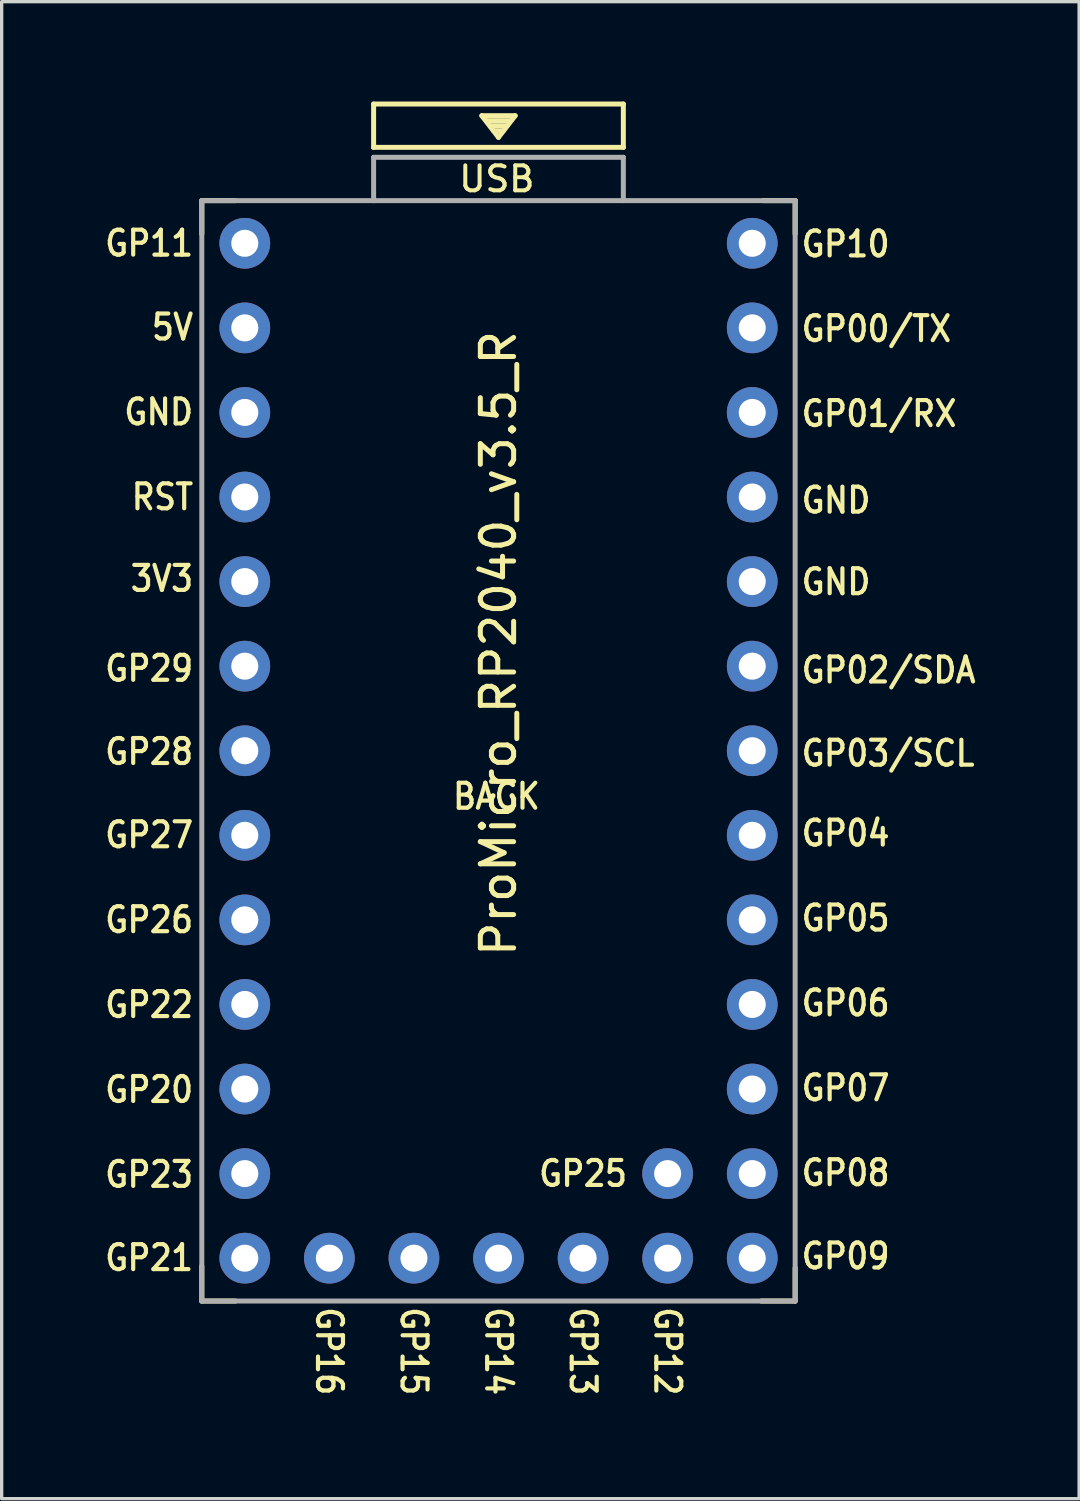
<source format=kicad_pcb>
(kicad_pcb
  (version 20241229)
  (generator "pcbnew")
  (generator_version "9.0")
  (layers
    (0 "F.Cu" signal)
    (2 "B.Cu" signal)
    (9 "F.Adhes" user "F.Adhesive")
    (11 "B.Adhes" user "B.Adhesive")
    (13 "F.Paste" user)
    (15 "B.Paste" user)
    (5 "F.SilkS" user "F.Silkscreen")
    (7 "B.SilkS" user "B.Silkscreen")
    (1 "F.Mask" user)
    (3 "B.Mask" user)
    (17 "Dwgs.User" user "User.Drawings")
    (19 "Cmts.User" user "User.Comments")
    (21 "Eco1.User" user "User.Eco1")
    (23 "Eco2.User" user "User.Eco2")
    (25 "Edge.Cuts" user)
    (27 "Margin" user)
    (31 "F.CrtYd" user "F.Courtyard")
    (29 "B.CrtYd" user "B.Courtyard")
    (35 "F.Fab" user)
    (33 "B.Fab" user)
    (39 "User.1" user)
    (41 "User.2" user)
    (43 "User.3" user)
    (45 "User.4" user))
  (footprint "ProMicro_RP2040_v3.5_R"
    (layer "F.Cu")
    (at 11.861 20.867)
    (property "Reference" "ProMicro_RP2040_v3.5_R" (at 0.06 -4.592 270) (layer "F.SilkS") (effects (font (size 1 1) (thickness 0.15))))
    (attr through_hole)
    (fp_line (start -8.85 -17.892) (end -8.85 -16.892) (stroke (width 0.15) (type solid)) (layer "F.SilkS"))
    (fp_line (start -8.85 -17.892) (end -7.84 -17.892) (stroke (width 0.15) (type solid)) (layer "F.SilkS"))
    (fp_line (start -8.85 14.108) (end -8.85 15.158) (stroke (width 0.15) (type solid)) (layer "F.SilkS"))
    (fp_line (start -8.85 15.158) (end -7.84 15.158) (stroke (width 0.15) (type solid)) (layer "F.SilkS"))
    (fp_line (start -3.69 -20.792) (end -3.69 -19.492) (stroke (width 0.15) (type solid)) (layer "F.SilkS"))
    (fp_line (start -3.69 -19.492) (end 3.81 -19.492) (stroke (width 0.15) (type solid)) (layer "F.SilkS"))
    (fp_line (start -0.44 -20.442) (end 0.56 -20.442) (stroke (width 0.15) (type solid)) (layer "F.SilkS"))
    (fp_line (start -0.29 -20.292) (end 0.41 -20.292) (stroke (width 0.15) (type solid)) (layer "F.SilkS"))
    (fp_line (start -0.19 -20.142) (end 0.31 -20.142) (stroke (width 0.15) (type solid)) (layer "F.SilkS"))
    (fp_line (start -0.09 -19.992) (end 0.21 -19.992) (stroke (width 0.15) (type solid)) (layer "F.SilkS"))
    (fp_line (start 0.06 -19.792) (end -0.44 -20.442) (stroke (width 0.15) (type solid)) (layer "F.SilkS"))
    (fp_line (start 0.56 -20.442) (end 0.06 -19.792) (stroke (width 0.15) (type solid)) (layer "F.SilkS"))
    (fp_line (start 3.81 -20.792) (end -3.69 -20.792) (stroke (width 0.15) (type solid)) (layer "F.SilkS"))
    (fp_line (start 3.81 -19.492) (end 3.81 -20.792) (stroke (width 0.15) (type solid)) (layer "F.SilkS"))
    (fp_line (start 8.97 -17.892) (end 8.01 -17.892) (stroke (width 0.15) (type solid)) (layer "F.SilkS"))
    (fp_line (start 8.97 -17.892) (end 8.97 -16.892) (stroke (width 0.15) (type solid)) (layer "F.SilkS"))
    (fp_line (start 8.97 14.158) (end 8.97 15.158) (stroke (width 0.15) (type solid)) (layer "F.SilkS"))
    (fp_line (start 8.97 15.158) (end 7.95 15.158) (stroke (width 0.15) (type solid)) (layer "F.SilkS"))
    (fp_line (start -8.85 -17.892) (end -3.69 -17.892) (stroke (width 0.15) (type solid)) (layer "F.Fab"))
    (fp_line (start -8.85 15.158) (end -8.85 -17.892) (stroke (width 0.15) (type solid)) (layer "F.Fab"))
    (fp_line (start -3.69 -19.192) (end -3.69 -17.891) (stroke (width 0.15) (type solid)) (layer "F.Fab"))
    (fp_line (start -3.69 -19.192) (end 3.81 -19.192) (stroke (width 0.15) (type solid)) (layer "F.Fab"))
    (fp_line (start -3.69 -17.892) (end 3.81 -17.892) (stroke (width 0.15) (type solid)) (layer "F.Fab"))
    (fp_line (start 3.81 -19.192) (end 3.81 -17.892) (stroke (width 0.15) (type solid)) (layer "F.Fab"))
    (fp_line (start 3.82 -17.892) (end 8.97 -17.892) (stroke (width 0.15) (type solid)) (layer "F.Fab"))
    (fp_line (start 8.97 -17.892) (end 8.97 15.158) (stroke (width 0.15) (type solid)) (layer "F.Fab"))
    (fp_line (start 8.97 15.158) (end -8.85 15.158) (stroke (width 0.15) (type solid)) (layer "F.Fab"))
    (fp_text user "GP04" (at 10.485 1.108 0) (unlocked yes) (layer "F.SilkS") (effects (font (size 0.75 0.67) (thickness 0.125))))
    (fp_text user "GP13" (at 2.6 16.664 270) (unlocked yes) (layer "F.SilkS") (effects (font (size 0.75 0.67) (thickness 0.125))))
    (fp_text user "GP27" (at -10.432 1.158 0) (unlocked yes) (layer "F.SilkS") (effects (font (size 0.75 0.67) (thickness 0.125))))
    (fp_text user "GP02/SDA" (at 11.777 -3.792 0) (unlocked yes) (layer "F.SilkS") (effects (font (size 0.75 0.67) (thickness 0.125))))
    (fp_text user "GP26" (at -10.432 3.708 0) (unlocked yes) (layer "F.SilkS") (effects (font (size 0.75 0.67) (thickness 0.125))))
    (fp_text user "GP00/TX" (at 11.41 -14.042 0) (unlocked yes) (layer "F.SilkS") (effects (font (size 0.75 0.67) (thickness 0.125))))
    (fp_text user "GP08" (at 10.485 11.308 0) (unlocked yes) (layer "F.SilkS") (effects (font (size 0.75 0.67) (thickness 0.125))))
    (fp_text user "GP07" (at 10.485 8.758 0) (unlocked yes) (layer "F.SilkS") (effects (font (size 0.75 0.67) (thickness 0.125))))
    (fp_text user "GND" (at -10.145 -11.542 0) (unlocked yes) (layer "F.SilkS") (effects (font (size 0.75 0.67) (thickness 0.125))))
    (fp_text user "GND" (at 10.198 -6.442 0) (unlocked yes) (layer "F.SilkS") (effects (font (size 0.75 0.67) (thickness 0.125))))
    (fp_text user "GP01/RX" (at 11.49 -11.492 0) (unlocked yes) (layer "F.SilkS") (effects (font (size 0.75 0.67) (thickness 0.125))))
    (fp_text user "GP15" (at -2.48 16.664 270) (unlocked yes) (layer "F.SilkS") (effects (font (size 0.75 0.67) (thickness 0.125))))
    (fp_text user "GP14" (at 0.06 16.664 270) (unlocked yes) (layer "F.SilkS") (effects (font (size 0.75 0.67) (thickness 0.125))))
    (fp_text user "BACK" (at 0 0 0) (unlocked yes) (layer "F.SilkS") (effects (font (size 0.75 0.67) (thickness 0.125))))
    (fp_text user "GP22" (at -10.432 6.258 0) (unlocked yes) (layer "F.SilkS") (effects (font (size 0.75 0.67) (thickness 0.125))))
    (fp_text user "GP06" (at 10.485 6.208 0) (unlocked yes) (layer "F.SilkS") (effects (font (size 0.75 0.67) (thickness 0.125))))
    (fp_text user "5V" (at -9.73 -14.092 0) (unlocked yes) (layer "F.SilkS") (effects (font (size 0.75 0.67) (thickness 0.125))))
    (fp_text user "GP28" (at -10.432 -1.342 0) (unlocked yes) (layer "F.SilkS") (effects (font (size 0.75 0.67) (thickness 0.125))))
    (fp_text user "GP16" (at -5.02 16.664 270) (unlocked yes) (layer "F.SilkS") (effects (font (size 0.75 0.67) (thickness 0.125))))
    (fp_text user "GP03/SCL" (at 11.761 -1.292 0) (unlocked yes) (layer "F.SilkS") (effects (font (size 0.75 0.67) (thickness 0.125))))
    (fp_text user "GP21" (at -10.432 13.858 0) (unlocked yes) (layer "F.SilkS") (effects (font (size 0.75 0.67) (thickness 0.125))))
    (fp_text user "GP11" (at -10.432 -16.61 0) (unlocked yes) (layer "F.SilkS") (effects (font (size 0.75 0.67) (thickness 0.125))))
    (fp_text user "3V3" (at -10.049 -6.542 0) (unlocked yes) (layer "F.SilkS") (effects (font (size 0.75 0.67) (thickness 0.125))))
    (fp_text user "GP20" (at -10.432 8.808 0) (unlocked yes) (layer "F.SilkS") (effects (font (size 0.75 0.67) (thickness 0.125))))
    (fp_text user "GP23" (at -10.432 11.358 0) (unlocked yes) (layer "F.SilkS") (effects (font (size 0.75 0.67) (thickness 0.125))))
    (fp_text user "GP05" (at 10.485 3.658 0) (unlocked yes) (layer "F.SilkS") (effects (font (size 0.75 0.67) (thickness 0.125))))
    (fp_text user "GND" (at 10.198 -8.892 0) (unlocked yes) (layer "F.SilkS") (effects (font (size 0.75 0.67) (thickness 0.125))))
    (fp_text user "GP10" (at 10.485 -16.587 0) (unlocked yes) (layer "F.SilkS") (effects (font (size 0.75 0.67) (thickness 0.125))))
    (fp_text user "GP29" (at -10.432 -3.842 0) (unlocked yes) (layer "F.SilkS") (effects (font (size 0.75 0.67) (thickness 0.125))))
    (fp_text user "GP09" (at 10.485 13.808 0) (unlocked yes) (layer "F.SilkS") (effects (font (size 0.75 0.67) (thickness 0.125))))
    (fp_text user "USB" (at 0.01 -18.542 0) (layer "F.SilkS") (effects (font (size 0.75 0.75) (thickness 0.12))))
    (fp_text user "GP25" (at 2.6 11.33 0) (unlocked yes) (layer "F.SilkS") (effects (font (size 0.75 0.67) (thickness 0.125))))
    (fp_text user "" (at -0.485 -16.992 0) (layer "F.SilkS") (effects (font (size 1 1) (thickness 0.15))))
    (fp_text user "RST" (at -10.033 -8.992 0) (unlocked yes) (layer "F.SilkS") (effects (font (size 0.75 0.67) (thickness 0.125))))
    (fp_text user "GP12" (at 5.14 16.664 270) (unlocked yes) (layer "F.SilkS") (effects (font (size 0.75 0.67) (thickness 0.125))))
    (fp_text user "" (at -1.192 -15.848 0) (layer "B.SilkS") (effects (font (size 1 1) (thickness 0.15)) (justify mirror)))
    (pad "1" thru_hole circle (at 7.681 -16.61) (size 1.524 1.524) (drill 0.813) (layers "*.Cu" "*.Mask"))
    (pad "2" thru_hole circle (at 7.681 -14.07) (size 1.524 1.524) (drill 0.813) (layers "*.Cu" "*.Mask"))
    (pad "3" thru_hole circle (at 7.681 -11.53) (size 1.524 1.524) (drill 0.813) (layers "*.Cu" "*.Mask"))
    (pad "4" thru_hole circle (at 7.681 -8.99) (size 1.524 1.524) (drill 0.813) (layers "*.Cu" "*.Mask"))
    (pad "5" thru_hole circle (at 7.681 -6.45) (size 1.524 1.524) (drill 0.813) (layers "*.Cu" "*.Mask"))
    (pad "6" thru_hole circle (at 7.681 -3.91) (size 1.524 1.524) (drill 0.813) (layers "*.Cu" "*.Mask"))
    (pad "7" thru_hole circle (at 7.681 -1.37) (size 1.524 1.524) (drill 0.813) (layers "*.Cu" "*.Mask"))
    (pad "8" thru_hole circle (at 7.681 1.17) (size 1.524 1.524) (drill 0.813) (layers "*.Cu" "*.Mask"))
    (pad "9" thru_hole circle (at 7.681 3.71) (size 1.524 1.524) (drill 0.813) (layers "*.Cu" "*.Mask"))
    (pad "10" thru_hole circle (at 7.681 6.25) (size 1.524 1.524) (drill 0.813) (layers "*.Cu" "*.Mask"))
    (pad "11" thru_hole circle (at 7.681 8.79) (size 1.524 1.524) (drill 0.813) (layers "*.Cu" "*.Mask"))
    (pad "12" thru_hole circle (at 7.681 11.33) (size 1.524 1.524) (drill 0.813) (layers "*.Cu" "*.Mask"))
    (pad "13" thru_hole circle (at 7.681 13.87) (size 1.524 1.524) (drill 0.813) (layers "*.Cu" "*.Mask"))
    (pad "14" thru_hole circle (at 5.141 13.87) (size 1.524 1.524) (drill 0.813) (layers "*.Cu" "*.Mask"))
    (pad "15" thru_hole circle (at 2.601 13.87) (size 1.524 1.524) (drill 0.813) (layers "*.Cu" "*.Mask"))
    (pad "16" thru_hole circle (at 0.061 13.87) (size 1.524 1.524) (drill 0.813) (layers "*.Cu" "*.Mask"))
    (pad "17" thru_hole circle (at -2.479 13.87) (size 1.524 1.524) (drill 0.813) (layers "*.Cu" "*.Mask"))
    (pad "18" thru_hole circle (at -5.019 13.87) (size 1.524 1.524) (drill 0.813) (layers "*.Cu" "*.Mask"))
    (pad "19" thru_hole circle (at -7.559 13.87) (size 1.524 1.524) (drill 0.813) (layers "*.Cu" "*.Mask"))
    (pad "20" thru_hole circle (at -7.559 11.33) (size 1.524 1.524) (drill 0.813) (layers "*.Cu" "*.Mask"))
    (pad "21" thru_hole circle (at -7.559 8.79) (size 1.524 1.524) (drill 0.813) (layers "*.Cu" "*.Mask"))
    (pad "22" thru_hole circle (at -7.559 6.25) (size 1.524 1.524) (drill 0.813) (layers "*.Cu" "*.Mask"))
    (pad "23" thru_hole circle (at -7.559 3.71) (size 1.524 1.524) (drill 0.813) (layers "*.Cu" "*.Mask"))
    (pad "24" thru_hole circle (at -7.559 1.17) (size 1.524 1.524) (drill 0.813) (layers "*.Cu" "*.Mask"))
    (pad "25" thru_hole circle (at -7.559 -1.37) (size 1.524 1.524) (drill 0.813) (layers "*.Cu" "*.Mask"))
    (pad "26" thru_hole circle (at -7.559 -3.91) (size 1.524 1.524) (drill 0.813) (layers "*.Cu" "*.Mask"))
    (pad "27" thru_hole circle (at -7.559 -6.45) (size 1.524 1.524) (drill 0.813) (layers "*.Cu" "*.Mask"))
    (pad "28" thru_hole circle (at -7.559 -8.99) (size 1.524 1.524) (drill 0.813) (layers "*.Cu" "*.Mask"))
    (pad "29" thru_hole circle (at -7.559 -11.53) (size 1.524 1.524) (drill 0.813) (layers "*.Cu" "*.Mask"))
    (pad "30" thru_hole circle (at -7.559 -14.07) (size 1.524 1.524) (drill 0.813) (layers "*.Cu" "*.Mask"))
    (pad "31" thru_hole circle (at -7.559 -16.61) (size 1.524 1.524) (drill 0.813) (layers "*.Cu" "*.Mask"))
    (pad "35" thru_hole circle (at 5.14 11.33) (size 1.524 1.524) (drill 0.813) (layers "*.Cu" "*.Mask")))
  (gr_rect
    (start -3 -3)
    (end 29.359 41.96)
    (stroke (width 0.1) (type default))
    (fill no)
    (layer "Edge.Cuts")))
</source>
